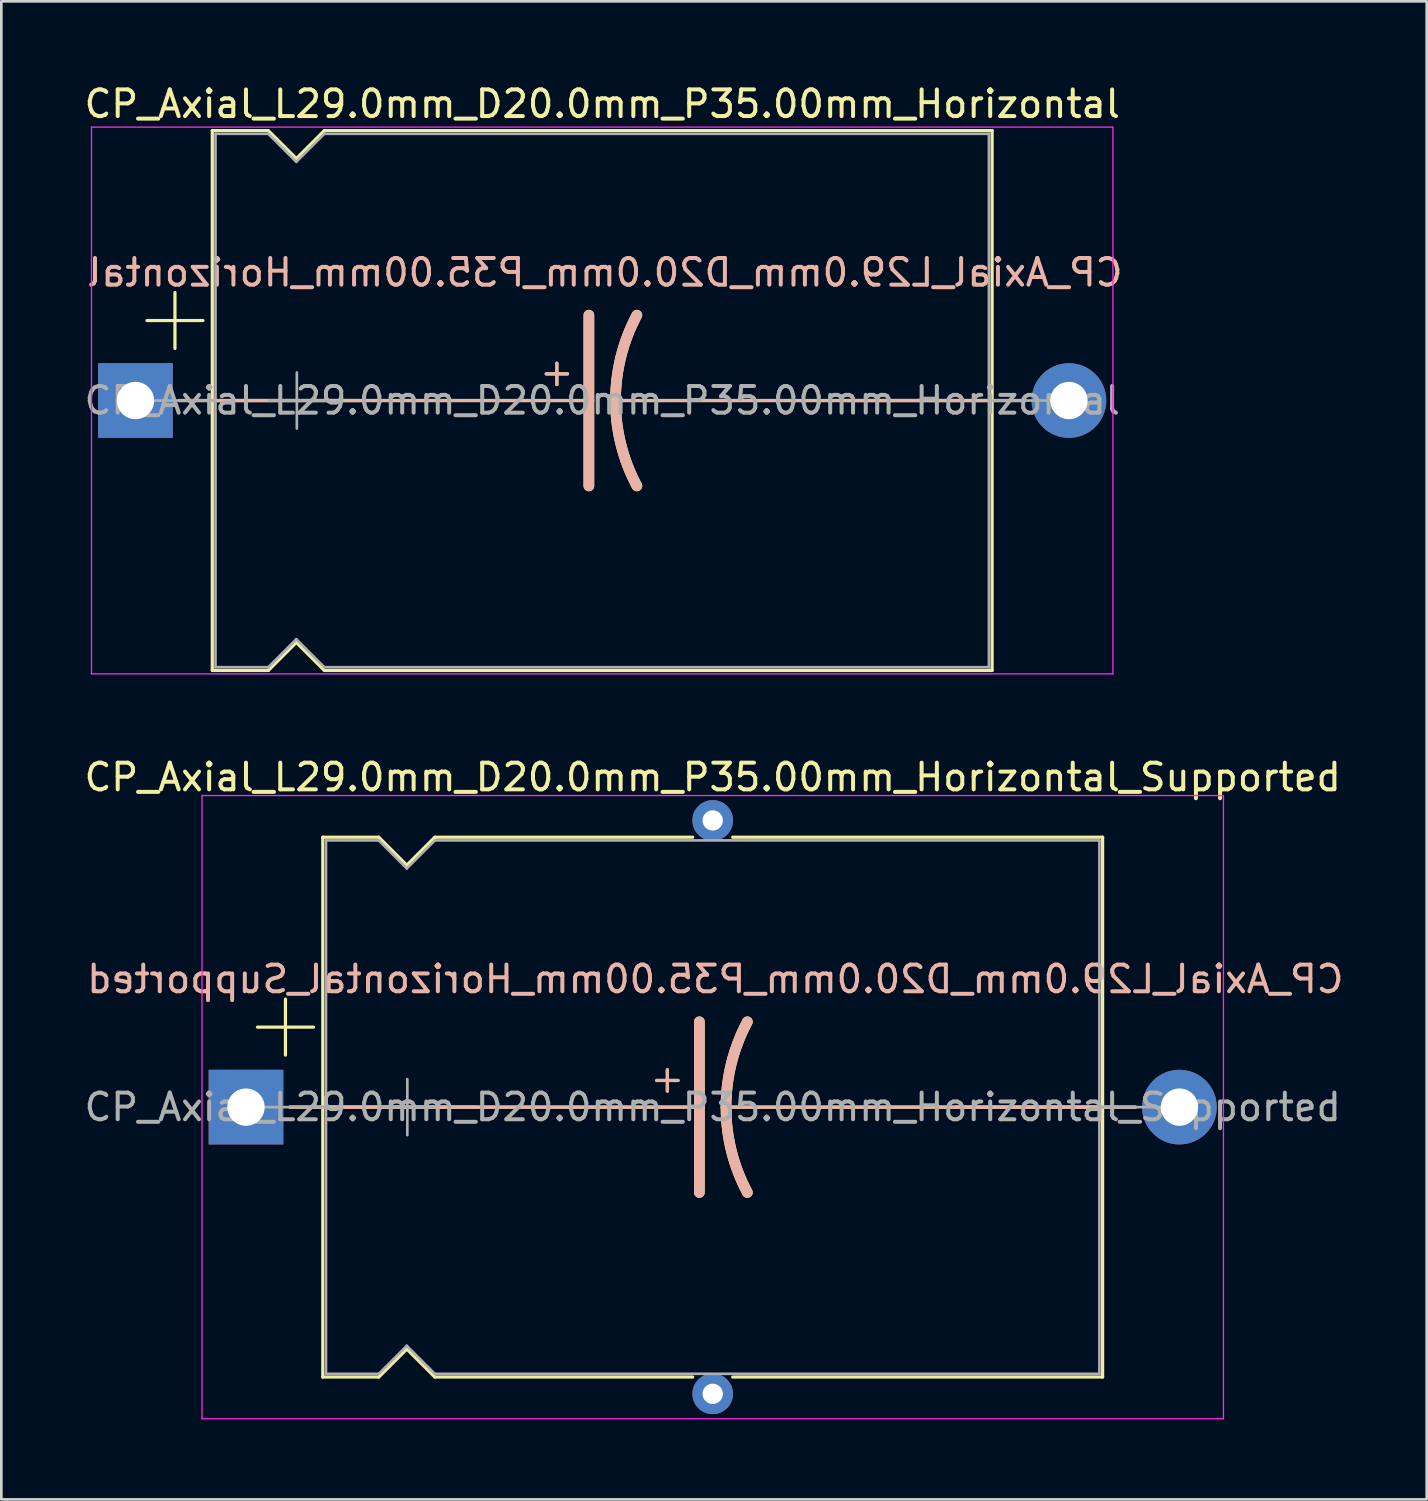
<source format=kicad_pcb>
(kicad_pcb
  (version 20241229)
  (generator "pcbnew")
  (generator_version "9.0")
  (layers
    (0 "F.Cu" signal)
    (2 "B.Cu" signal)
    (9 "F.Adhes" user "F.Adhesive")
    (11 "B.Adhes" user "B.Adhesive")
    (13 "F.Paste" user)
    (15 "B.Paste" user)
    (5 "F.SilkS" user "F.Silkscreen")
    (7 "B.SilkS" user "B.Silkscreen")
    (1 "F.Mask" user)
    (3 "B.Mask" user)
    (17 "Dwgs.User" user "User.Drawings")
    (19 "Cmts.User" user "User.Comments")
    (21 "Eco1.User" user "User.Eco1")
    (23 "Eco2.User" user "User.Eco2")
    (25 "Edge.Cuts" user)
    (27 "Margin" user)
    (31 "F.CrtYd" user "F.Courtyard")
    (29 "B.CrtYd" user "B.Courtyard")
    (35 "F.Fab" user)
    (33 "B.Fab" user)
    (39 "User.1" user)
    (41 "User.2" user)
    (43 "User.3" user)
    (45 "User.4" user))
  (footprint "CP_Axial_L29.0mm_D20.0mm_P35.00mm_Horizontal_Supported"
    (layer "F.Cu")
    (at 6.173 38.462)
    (property "Reference" "CP_Axial_L29.0mm_D20.0mm_P35.00mm_Horizontal_Supported" (at 17.5 -12.37 0) (layer "F.SilkS") (effects (font (size 1 1) (thickness 0.15))))
    (fp_line (start 0.43 -3) (end 2.53 -3) (stroke (width 0.12) (type solid)) (layer "F.SilkS"))
    (fp_line (start 1.48 -4.05) (end 1.48 -1.95) (stroke (width 0.12) (type solid)) (layer "F.SilkS"))
    (fp_line (start 1.64 0) (end 2.88 0) (stroke (width 0.12) (type solid)) (layer "F.SilkS"))
    (fp_line (start 2.88 -10.12) (end 2.88 10.12) (stroke (width 0.12) (type solid)) (layer "F.SilkS"))
    (fp_line (start 2.88 -10.12) (end 4.98 -10.12) (stroke (width 0.12) (type solid)) (layer "F.SilkS"))
    (fp_line (start 2.88 0) (end 17 0) (stroke (width 0.12) (type solid)) (layer "F.SilkS"))
    (fp_line (start 2.88 10.12) (end 4.98 10.12) (stroke (width 0.12) (type solid)) (layer "F.SilkS"))
    (fp_line (start 4.98 -10.12) (end 6.03 -9.07) (stroke (width 0.12) (type solid)) (layer "F.SilkS"))
    (fp_line (start 4.98 10.12) (end 6.03 9.07) (stroke (width 0.12) (type solid)) (layer "F.SilkS"))
    (fp_line (start 6.03 -9.07) (end 7.08 -10.12) (stroke (width 0.12) (type solid)) (layer "F.SilkS"))
    (fp_line (start 6.03 9.07) (end 7.08 10.12) (stroke (width 0.12) (type solid)) (layer "F.SilkS"))
    (fp_line (start 7.08 -10.12) (end 16.75 -10.12) (stroke (width 0.12) (type solid)) (layer "F.SilkS"))
    (fp_line (start 7.08 10.12) (end 16.75 10.12) (stroke (width 0.12) (type solid)) (layer "F.SilkS"))
    (fp_line (start 15.4 -1) (end 16.2 -1) (stroke (width 0.12) (type solid)) (layer "F.SilkS"))
    (fp_line (start 15.8 -1.4) (end 15.8 -0.6) (stroke (width 0.12) (type solid)) (layer "F.SilkS"))
    (fp_line (start 17 0) (end 17 -3.2) (stroke (width 0.4) (type solid)) (layer "F.SilkS"))
    (fp_line (start 17 0) (end 17 3.2) (stroke (width 0.4) (type solid)) (layer "F.SilkS"))
    (fp_line (start 18.25 -10.12) (end 32.12 -10.12) (stroke (width 0.12) (type solid)) (layer "F.SilkS"))
    (fp_line (start 18.25 10.12) (end 32.12 10.12) (stroke (width 0.12) (type solid)) (layer "F.SilkS"))
    (fp_line (start 32.12 -10.12) (end 32.12 10.12) (stroke (width 0.12) (type solid)) (layer "F.SilkS"))
    (fp_line (start 32.12 0) (end 18 0) (stroke (width 0.12) (type solid)) (layer "F.SilkS"))
    (fp_line (start 33.36 0) (end 32.12 0) (stroke (width 0.12) (type solid)) (layer "F.SilkS"))
    (fp_arc (start 18 0) (mid 18.203545 -1.649114) (end 18.8 -3.2) (stroke (width 0.4) (type solid)) (layer "F.SilkS"))
    (fp_arc (start 18.8 3.2) (mid 18.200704 1.649824) (end 18 0) (stroke (width 0.4) (type solid)) (layer "F.SilkS"))
    (fp_line (start 1.65 0) (end 8.58 0) (stroke (width 0.12) (type solid)) (layer "B.SilkS"))
    (fp_line (start 2.88 0) (end 17 0) (stroke (width 0.12) (type solid)) (layer "B.SilkS"))
    (fp_line (start 15.4 -1) (end 16.2 -1) (stroke (width 0.12) (type solid)) (layer "B.SilkS"))
    (fp_line (start 15.8 -0.6) (end 15.8 -1.4) (stroke (width 0.12) (type solid)) (layer "B.SilkS"))
    (fp_line (start 17 0) (end 17 -3.2) (stroke (width 0.4) (type solid)) (layer "B.SilkS"))
    (fp_line (start 17 0) (end 17 3.2) (stroke (width 0.4) (type solid)) (layer "B.SilkS"))
    (fp_line (start 32.12 0) (end 18 0) (stroke (width 0.12) (type solid)) (layer "B.SilkS"))
    (fp_line (start 33.35 0) (end 26.62 0) (stroke (width 0.12) (type solid)) (layer "B.SilkS"))
    (fp_arc (start 18 0) (mid 18.200703 -1.649824) (end 18.8 -3.2) (stroke (width 0.4) (type solid)) (layer "B.SilkS"))
    (fp_arc (start 18.8 3.2) (mid 18.203544 1.649114) (end 18 0) (stroke (width 0.4) (type solid)) (layer "B.SilkS"))
    (fp_line (start -1.65 -11.684) (end -1.65 11.684) (stroke (width 0.05) (type solid)) (layer "F.CrtYd"))
    (fp_line (start -1.65 11.684) (end 36.65 11.684) (stroke (width 0.05) (type solid)) (layer "F.CrtYd"))
    (fp_line (start 36.65 -11.684) (end -1.65 -11.684) (stroke (width 0.05) (type solid)) (layer "F.CrtYd"))
    (fp_line (start 36.65 11.684) (end 36.65 -11.684) (stroke (width 0.05) (type solid)) (layer "F.CrtYd"))
    (fp_line (start 0 0) (end 3 0) (stroke (width 0.1) (type solid)) (layer "F.Fab"))
    (fp_line (start 3 -10) (end 3 10) (stroke (width 0.1) (type solid)) (layer "F.Fab"))
    (fp_line (start 3 -10) (end 4.98 -10) (stroke (width 0.1) (type solid)) (layer "F.Fab"))
    (fp_line (start 3 10) (end 4.98 10) (stroke (width 0.1) (type solid)) (layer "F.Fab"))
    (fp_line (start 4.98 -10) (end 6.03 -8.95) (stroke (width 0.1) (type solid)) (layer "F.Fab"))
    (fp_line (start 4.98 10) (end 6.03 8.95) (stroke (width 0.1) (type solid)) (layer "F.Fab"))
    (fp_line (start 5 0) (end 7.1 0) (stroke (width 0.1) (type solid)) (layer "F.Fab"))
    (fp_line (start 6.03 -8.95) (end 7.08 -10) (stroke (width 0.1) (type solid)) (layer "F.Fab"))
    (fp_line (start 6.03 8.95) (end 7.08 10) (stroke (width 0.1) (type solid)) (layer "F.Fab"))
    (fp_line (start 6.05 -1.05) (end 6.05 1.05) (stroke (width 0.1) (type solid)) (layer "F.Fab"))
    (fp_line (start 7.08 -10) (end 32 -10) (stroke (width 0.1) (type solid)) (layer "F.Fab"))
    (fp_line (start 7.08 10) (end 32 10) (stroke (width 0.1) (type solid)) (layer "F.Fab"))
    (fp_line (start 32 -10) (end 32 10) (stroke (width 0.1) (type solid)) (layer "F.Fab"))
    (fp_line (start 35 0) (end 32 0) (stroke (width 0.1) (type solid)) (layer "F.Fab"))
    (fp_text user "${REFERENCE}" (at 17.6 -4.8 0) (layer "B.SilkS") (effects (font (size 1 1) (thickness 0.15)) (justify mirror)))
    (fp_text user "${REFERENCE}" (at 17.5 0 0) (layer "F.Fab") (effects (font (size 1 1) (thickness 0.15))))
    (pad "" thru_hole circle (at 17.5 -10.75) (size 1.524 1.524) (drill 0.762) (layers "*.Cu" "*.Mask"))
    (pad "" thru_hole circle (at 17.5 10.75) (size 1.524 1.524) (drill 0.762) (layers "*.Cu" "*.Mask"))
    (pad "1" thru_hole rect (at 0 0) (size 2.8 2.8) (drill 1.4) (layers "*.Cu" "*.Mask"))
    (pad "2" thru_hole oval (at 35 0) (size 2.8 2.8) (drill 1.4) (layers "*.Cu" "*.Mask")))
  (footprint "CP_Axial_L29.0mm_D20.0mm_P35.00mm_Horizontal"
    (layer "F.Cu")
    (at 2.03 11.968)
    (property "Reference" "CP_Axial_L29.0mm_D20.0mm_P35.00mm_Horizontal" (at 17.5 -11.12 0) (layer "F.SilkS") (effects (font (size 1 1) (thickness 0.15))))
    (fp_line (start 0.43 -3) (end 2.53 -3) (stroke (width 0.12) (type solid)) (layer "F.SilkS"))
    (fp_line (start 1.48 -4.05) (end 1.48 -1.95) (stroke (width 0.12) (type solid)) (layer "F.SilkS"))
    (fp_line (start 1.64 0) (end 2.88 0) (stroke (width 0.12) (type solid)) (layer "F.SilkS"))
    (fp_line (start 2.88 -10.12) (end 2.88 10.12) (stroke (width 0.12) (type solid)) (layer "F.SilkS"))
    (fp_line (start 2.88 -10.12) (end 4.98 -10.12) (stroke (width 0.12) (type solid)) (layer "F.SilkS"))
    (fp_line (start 2.88 0) (end 17 0) (stroke (width 0.12) (type solid)) (layer "F.SilkS"))
    (fp_line (start 2.88 10.12) (end 4.98 10.12) (stroke (width 0.12) (type solid)) (layer "F.SilkS"))
    (fp_line (start 4.98 -10.12) (end 6.03 -9.07) (stroke (width 0.12) (type solid)) (layer "F.SilkS"))
    (fp_line (start 4.98 10.12) (end 6.03 9.07) (stroke (width 0.12) (type solid)) (layer "F.SilkS"))
    (fp_line (start 6.03 -9.07) (end 7.08 -10.12) (stroke (width 0.12) (type solid)) (layer "F.SilkS"))
    (fp_line (start 6.03 9.07) (end 7.08 10.12) (stroke (width 0.12) (type solid)) (layer "F.SilkS"))
    (fp_line (start 7.08 -10.12) (end 32.12 -10.12) (stroke (width 0.12) (type solid)) (layer "F.SilkS"))
    (fp_line (start 7.08 10.12) (end 32.12 10.12) (stroke (width 0.12) (type solid)) (layer "F.SilkS"))
    (fp_line (start 15.4 -1) (end 16.2 -1) (stroke (width 0.12) (type solid)) (layer "F.SilkS"))
    (fp_line (start 15.8 -1.4) (end 15.8 -0.6) (stroke (width 0.12) (type solid)) (layer "F.SilkS"))
    (fp_line (start 17 0) (end 17 -3.2) (stroke (width 0.4) (type solid)) (layer "F.SilkS"))
    (fp_line (start 17 0) (end 17 3.2) (stroke (width 0.4) (type solid)) (layer "F.SilkS"))
    (fp_line (start 32.12 -10.12) (end 32.12 10.12) (stroke (width 0.12) (type solid)) (layer "F.SilkS"))
    (fp_line (start 32.12 0) (end 18 0) (stroke (width 0.12) (type solid)) (layer "F.SilkS"))
    (fp_line (start 33.36 0) (end 32.12 0) (stroke (width 0.12) (type solid)) (layer "F.SilkS"))
    (fp_arc (start 18 0) (mid 18.203545 -1.649114) (end 18.8 -3.2) (stroke (width 0.4) (type solid)) (layer "F.SilkS"))
    (fp_arc (start 18.8 3.2) (mid 18.200704 1.649824) (end 18 0) (stroke (width 0.4) (type solid)) (layer "F.SilkS"))
    (fp_line (start 1.65 0) (end 8.38 0) (stroke (width 0.12) (type solid)) (layer "B.SilkS"))
    (fp_line (start 2.88 0) (end 17 0) (stroke (width 0.12) (type solid)) (layer "B.SilkS"))
    (fp_line (start 15.4 -1) (end 16.2 -1) (stroke (width 0.12) (type solid)) (layer "B.SilkS"))
    (fp_line (start 15.8 -0.6) (end 15.8 -1.4) (stroke (width 0.12) (type solid)) (layer "B.SilkS"))
    (fp_line (start 17 0) (end 17 -3.2) (stroke (width 0.4) (type solid)) (layer "B.SilkS"))
    (fp_line (start 17 0) (end 17 3.2) (stroke (width 0.4) (type solid)) (layer "B.SilkS"))
    (fp_line (start 32.12 0) (end 18 0) (stroke (width 0.12) (type solid)) (layer "B.SilkS"))
    (fp_line (start 33.35 0) (end 26.62 0) (stroke (width 0.12) (type solid)) (layer "B.SilkS"))
    (fp_arc (start 18 0) (mid 18.200703 -1.649824) (end 18.8 -3.2) (stroke (width 0.4) (type solid)) (layer "B.SilkS"))
    (fp_arc (start 18.8 3.2) (mid 18.203544 1.649114) (end 18 0) (stroke (width 0.4) (type solid)) (layer "B.SilkS"))
    (fp_line (start -1.65 -10.25) (end -1.65 10.25) (stroke (width 0.05) (type solid)) (layer "F.CrtYd"))
    (fp_line (start -1.65 10.25) (end 36.65 10.25) (stroke (width 0.05) (type solid)) (layer "F.CrtYd"))
    (fp_line (start 36.65 -10.25) (end -1.65 -10.25) (stroke (width 0.05) (type solid)) (layer "F.CrtYd"))
    (fp_line (start 36.65 10.25) (end 36.65 -10.25) (stroke (width 0.05) (type solid)) (layer "F.CrtYd"))
    (fp_line (start 0 0) (end 3 0) (stroke (width 0.1) (type solid)) (layer "F.Fab"))
    (fp_line (start 3 -10) (end 3 10) (stroke (width 0.1) (type solid)) (layer "F.Fab"))
    (fp_line (start 3 -10) (end 4.98 -10) (stroke (width 0.1) (type solid)) (layer "F.Fab"))
    (fp_line (start 3 10) (end 4.98 10) (stroke (width 0.1) (type solid)) (layer "F.Fab"))
    (fp_line (start 4.98 -10) (end 6.03 -8.95) (stroke (width 0.1) (type solid)) (layer "F.Fab"))
    (fp_line (start 4.98 10) (end 6.03 8.95) (stroke (width 0.1) (type solid)) (layer "F.Fab"))
    (fp_line (start 5 0) (end 7.1 0) (stroke (width 0.1) (type solid)) (layer "F.Fab"))
    (fp_line (start 6.03 -8.95) (end 7.08 -10) (stroke (width 0.1) (type solid)) (layer "F.Fab"))
    (fp_line (start 6.03 8.95) (end 7.08 10) (stroke (width 0.1) (type solid)) (layer "F.Fab"))
    (fp_line (start 6.05 -1.05) (end 6.05 1.05) (stroke (width 0.1) (type solid)) (layer "F.Fab"))
    (fp_line (start 7.08 -10) (end 32 -10) (stroke (width 0.1) (type solid)) (layer "F.Fab"))
    (fp_line (start 7.08 10) (end 32 10) (stroke (width 0.1) (type solid)) (layer "F.Fab"))
    (fp_line (start 32 -10) (end 32 10) (stroke (width 0.1) (type solid)) (layer "F.Fab"))
    (fp_line (start 35 0) (end 32 0) (stroke (width 0.1) (type solid)) (layer "F.Fab"))
    (fp_text user "${REFERENCE}" (at 17.6 -4.8 0) (layer "B.SilkS") (effects (font (size 1 1) (thickness 0.15)) (justify mirror)))
    (fp_text user "${REFERENCE}" (at 17.5 0 0) (layer "F.Fab") (effects (font (size 1 1) (thickness 0.15))))
    (pad "1" thru_hole rect (at 0 0) (size 2.8 2.8) (drill 1.4) (layers "*.Cu" "*.Mask"))
    (pad "2" thru_hole oval (at 35 0) (size 2.8 2.8) (drill 1.4) (layers "*.Cu" "*.Mask")))
  (gr_rect
    (start -3 -3)
    (end 50.445 53.17)
    (stroke (width 0.1) (type default))
    (fill no)
    (layer "Edge.Cuts")))
</source>
